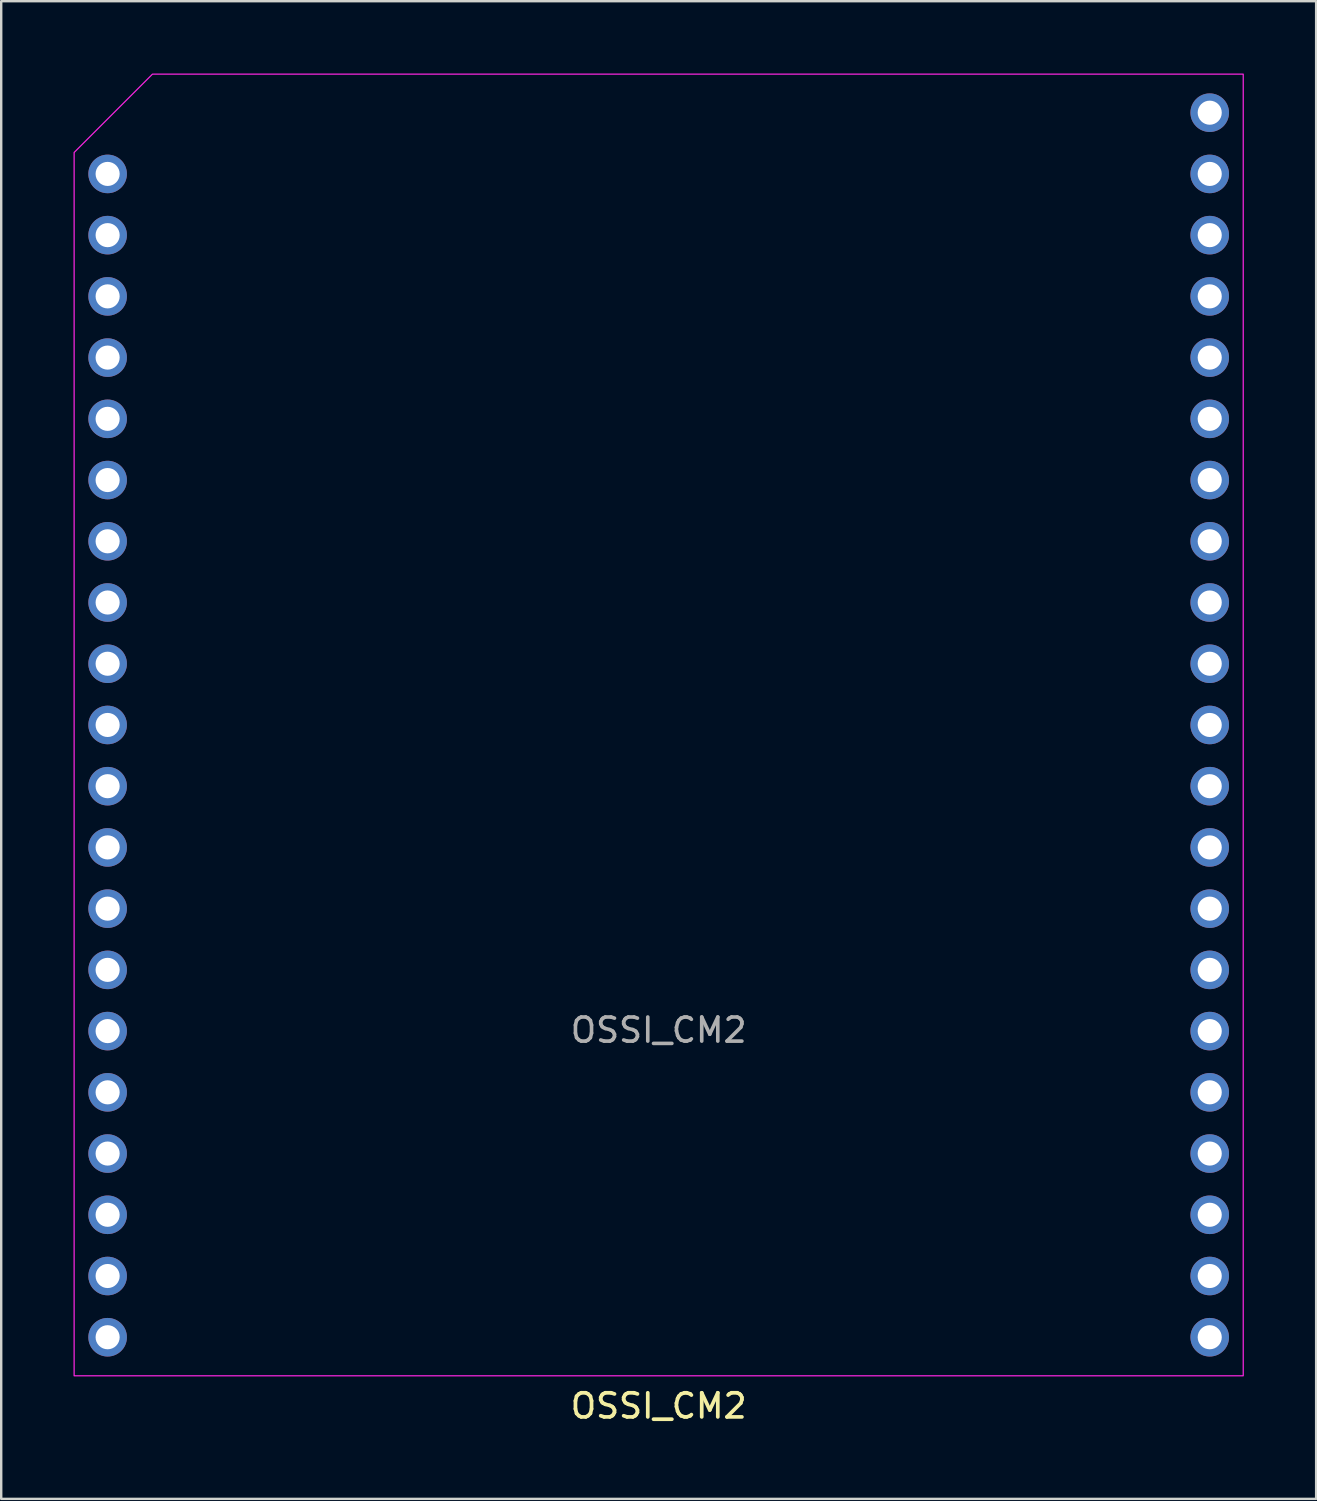
<source format=kicad_pcb>
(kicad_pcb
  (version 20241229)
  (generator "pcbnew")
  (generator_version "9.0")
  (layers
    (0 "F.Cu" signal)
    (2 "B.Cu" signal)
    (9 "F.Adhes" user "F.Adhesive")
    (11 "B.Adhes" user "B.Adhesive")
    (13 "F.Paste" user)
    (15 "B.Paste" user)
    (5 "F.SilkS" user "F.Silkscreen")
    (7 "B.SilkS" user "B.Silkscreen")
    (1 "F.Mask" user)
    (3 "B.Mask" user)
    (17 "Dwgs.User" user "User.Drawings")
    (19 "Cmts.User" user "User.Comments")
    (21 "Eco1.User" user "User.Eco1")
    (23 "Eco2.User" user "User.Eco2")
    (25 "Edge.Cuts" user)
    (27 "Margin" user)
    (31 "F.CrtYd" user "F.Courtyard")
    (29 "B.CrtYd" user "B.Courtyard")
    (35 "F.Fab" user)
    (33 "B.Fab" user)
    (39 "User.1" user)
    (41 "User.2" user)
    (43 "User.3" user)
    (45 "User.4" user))
  (footprint "OSSI_CM2"
    (layer "F.Cu")
    (at 24.275 27.025)
    (property "Reference" "OSSI_CM2" (at 0 28.25 0) (unlocked yes) (layer "F.SilkS") (effects (font (size 1 1) (thickness 0.154))))
    (attr through_hole)
    (fp_poly (pts (xy -24.25 27) (xy 24.25 27) (xy 24.25 -27) (xy -21 -27) (xy -24.25 -23.75)) (stroke (width 0.05) (type solid)) (fill no) (layer "F.CrtYd"))
    (fp_text user "${REFERENCE}" (at 0 12.66 0) (unlocked yes) (layer "F.Fab") (effects (font (size 1 1) (thickness 0.15))))
    (pad "1" thru_hole circle (at -22.86 -22.86) (size 1.6 1.6) (drill 1) (layers "*.Cu" "*.Mask"))
    (pad "2" thru_hole circle (at -22.86 -20.32) (size 1.6 1.6) (drill 1) (layers "*.Cu" "*.Mask"))
    (pad "3" thru_hole circle (at -22.86 -17.78) (size 1.6 1.6) (drill 1) (layers "*.Cu" "*.Mask"))
    (pad "4" thru_hole circle (at -22.86 -15.24) (size 1.6 1.6) (drill 1) (layers "*.Cu" "*.Mask"))
    (pad "5" thru_hole circle (at -22.86 -12.7) (size 1.6 1.6) (drill 1) (layers "*.Cu" "*.Mask"))
    (pad "6" thru_hole circle (at -22.86 -10.16) (size 1.6 1.6) (drill 1) (layers "*.Cu" "*.Mask"))
    (pad "7" thru_hole circle (at -22.86 -7.62) (size 1.6 1.6) (drill 1) (layers "*.Cu" "*.Mask"))
    (pad "8" thru_hole circle (at -22.86 -5.08) (size 1.6 1.6) (drill 1) (layers "*.Cu" "*.Mask"))
    (pad "9" thru_hole circle (at -22.86 -2.54) (size 1.6 1.6) (drill 1) (layers "*.Cu" "*.Mask"))
    (pad "10" thru_hole circle (at -22.86 0) (size 1.6 1.6) (drill 1) (layers "*.Cu" "*.Mask"))
    (pad "11" thru_hole circle (at -22.86 2.54) (size 1.6 1.6) (drill 1) (layers "*.Cu" "*.Mask"))
    (pad "12" thru_hole circle (at -22.86 5.08) (size 1.6 1.6) (drill 1) (layers "*.Cu" "*.Mask"))
    (pad "13" thru_hole circle (at -22.86 7.62) (size 1.6 1.6) (drill 1) (layers "*.Cu" "*.Mask"))
    (pad "14" thru_hole circle (at -22.86 10.16) (size 1.6 1.6) (drill 1) (layers "*.Cu" "*.Mask"))
    (pad "15" thru_hole circle (at -22.86 12.7) (size 1.6 1.6) (drill 1) (layers "*.Cu" "*.Mask"))
    (pad "16" thru_hole circle (at -22.86 15.24) (size 1.6 1.6) (drill 1) (layers "*.Cu" "*.Mask"))
    (pad "17" thru_hole circle (at -22.86 17.78) (size 1.6 1.6) (drill 1) (layers "*.Cu" "*.Mask"))
    (pad "18" thru_hole circle (at -22.86 20.32) (size 1.6 1.6) (drill 1) (layers "*.Cu" "*.Mask"))
    (pad "19" thru_hole circle (at -22.86 22.86) (size 1.6 1.6) (drill 1) (layers "*.Cu" "*.Mask"))
    (pad "20" thru_hole circle (at -22.86 25.4) (size 1.6 1.6) (drill 1) (layers "*.Cu" "*.Mask"))
    (pad "21" thru_hole circle (at 22.86 25.4) (size 1.6 1.6) (drill 1) (layers "*.Cu" "*.Mask"))
    (pad "22" thru_hole circle (at 22.86 22.86) (size 1.6 1.6) (drill 1) (layers "*.Cu" "*.Mask"))
    (pad "23" thru_hole circle (at 22.86 20.32) (size 1.6 1.6) (drill 1) (layers "*.Cu" "*.Mask"))
    (pad "24" thru_hole circle (at 22.86 17.78) (size 1.6 1.6) (drill 1) (layers "*.Cu" "*.Mask"))
    (pad "25" thru_hole circle (at 22.86 15.24) (size 1.6 1.6) (drill 1) (layers "*.Cu" "*.Mask"))
    (pad "26" thru_hole circle (at 22.86 12.7) (size 1.6 1.6) (drill 1) (layers "*.Cu" "*.Mask"))
    (pad "27" thru_hole circle (at 22.86 10.16) (size 1.6 1.6) (drill 1) (layers "*.Cu" "*.Mask"))
    (pad "28" thru_hole circle (at 22.86 7.62) (size 1.6 1.6) (drill 1) (layers "*.Cu" "*.Mask"))
    (pad "29" thru_hole circle (at 22.86 5.08) (size 1.6 1.6) (drill 1) (layers "*.Cu" "*.Mask"))
    (pad "30" thru_hole circle (at 22.86 2.54) (size 1.6 1.6) (drill 1) (layers "*.Cu" "*.Mask"))
    (pad "31" thru_hole circle (at 22.86 0) (size 1.6 1.6) (drill 1) (layers "*.Cu" "*.Mask"))
    (pad "32" thru_hole circle (at 22.86 -2.54) (size 1.6 1.6) (drill 1) (layers "*.Cu" "*.Mask"))
    (pad "33" thru_hole circle (at 22.86 -5.08) (size 1.6 1.6) (drill 1) (layers "*.Cu" "*.Mask"))
    (pad "34" thru_hole circle (at 22.86 -7.62) (size 1.6 1.6) (drill 1) (layers "*.Cu" "*.Mask"))
    (pad "35" thru_hole circle (at 22.86 -10.16) (size 1.6 1.6) (drill 1) (layers "*.Cu" "*.Mask"))
    (pad "36" thru_hole circle (at 22.86 -12.7) (size 1.6 1.6) (drill 1) (layers "*.Cu" "*.Mask"))
    (pad "37" thru_hole circle (at 22.86 -15.24) (size 1.6 1.6) (drill 1) (layers "*.Cu" "*.Mask"))
    (pad "38" thru_hole circle (at 22.86 -17.78) (size 1.6 1.6) (drill 1) (layers "*.Cu" "*.Mask"))
    (pad "39" thru_hole circle (at 22.86 -20.32) (size 1.6 1.6) (drill 1) (layers "*.Cu" "*.Mask"))
    (pad "40" thru_hole circle (at 22.86 -22.86) (size 1.6 1.6) (drill 1) (layers "*.Cu" "*.Mask"))
    (pad "41" thru_hole circle (at 22.86 -25.4) (size 1.6 1.6) (drill 1) (layers "*.Cu" "*.Mask")))
  (gr_rect
    (start -3 -3)
    (end 51.55 59.13)
    (stroke (width 0.1) (type default))
    (fill no)
    (layer "Edge.Cuts")))
</source>
